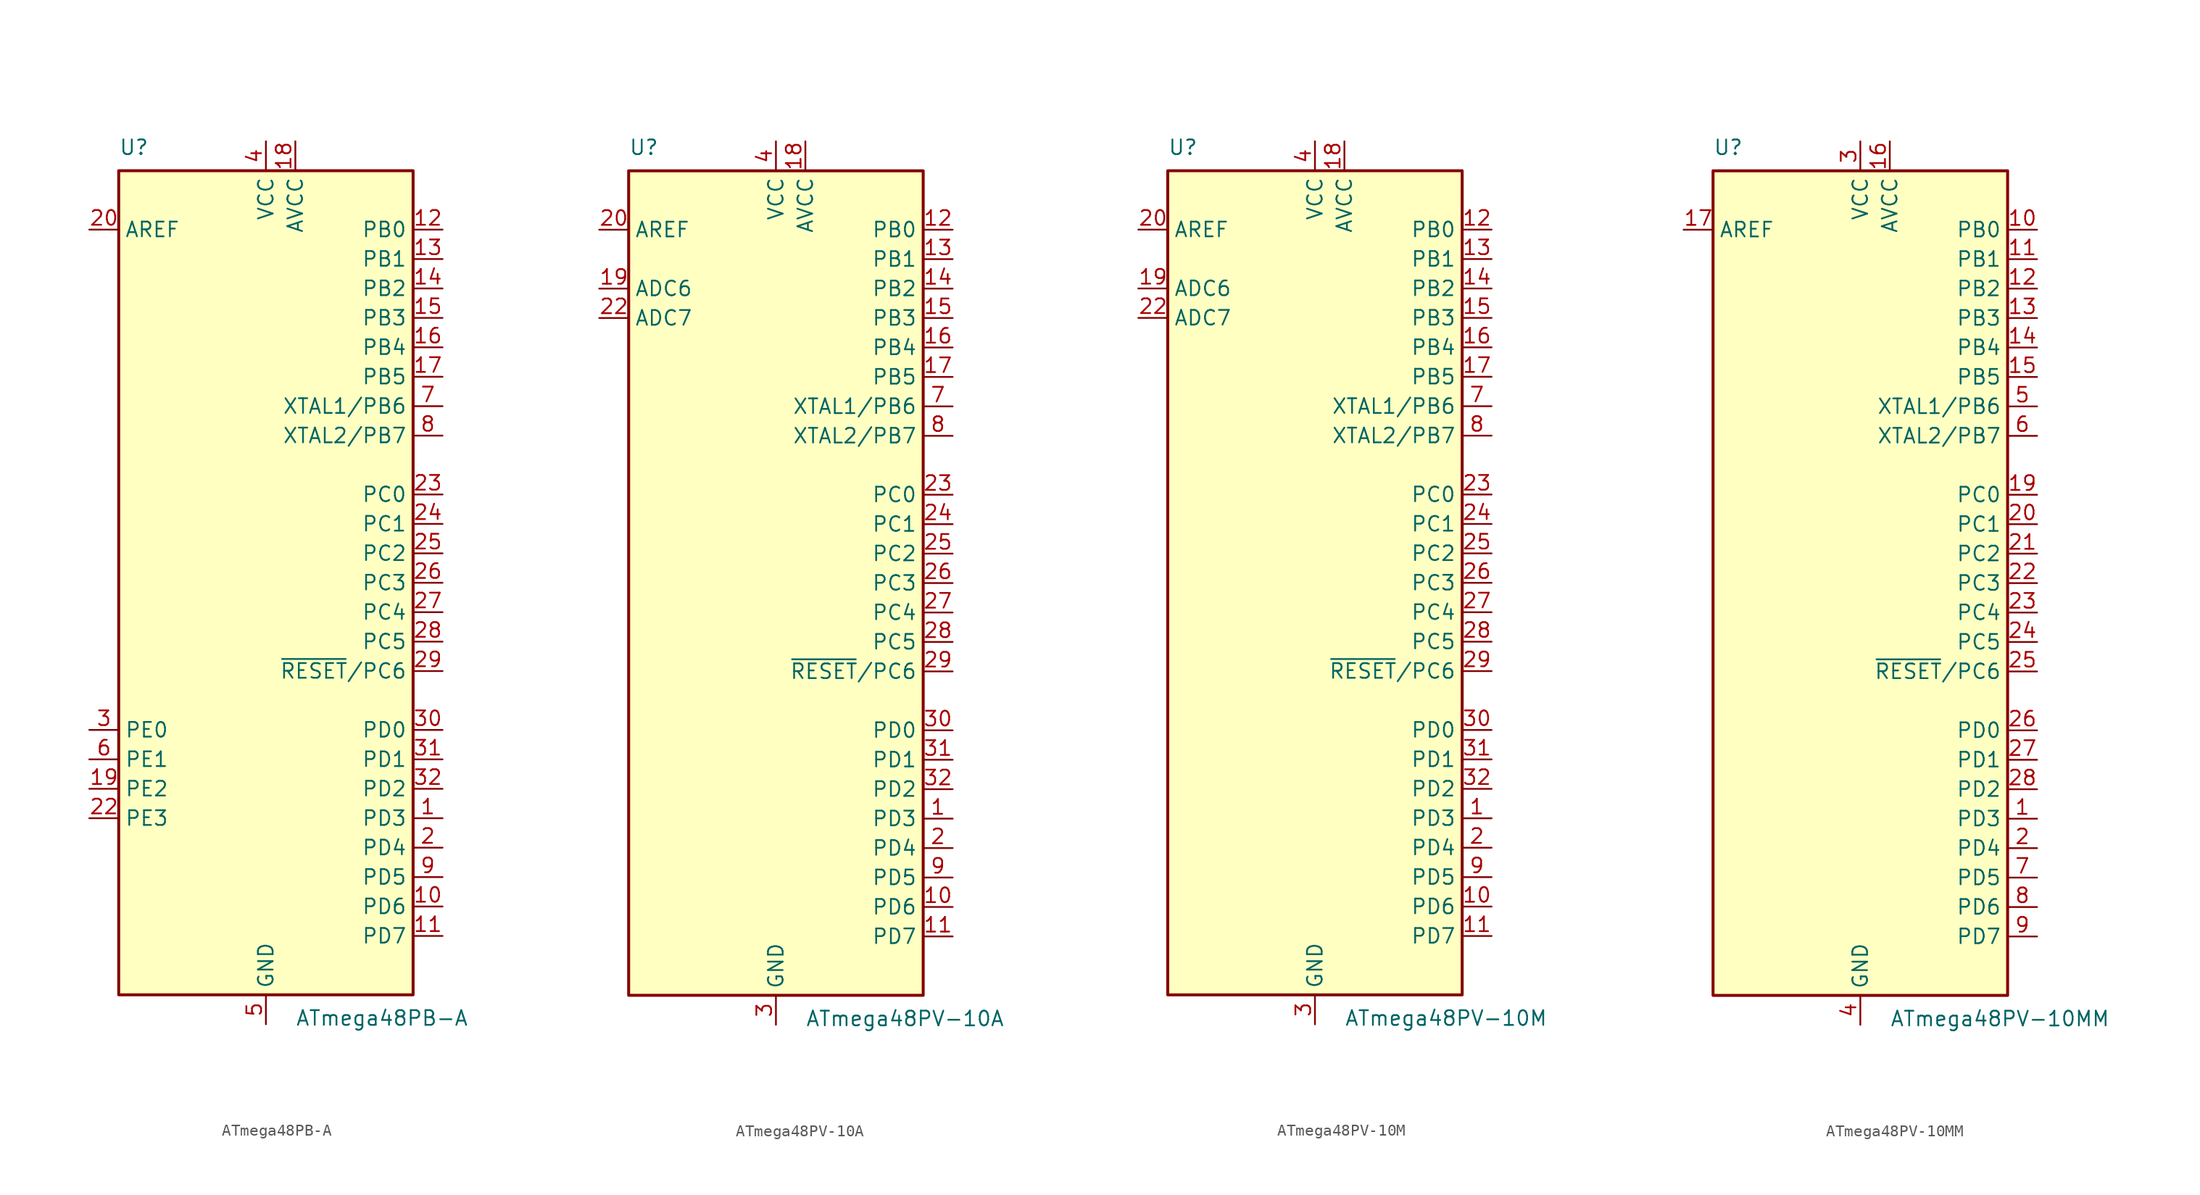
<source format=kicad_sym>
(kicad_symbol_lib
  (version 20201005)
  (generator kicad_symbol_editor)
  (symbol "MCU_Microchip_ATmega:ATmega48PB-A"
    (property "Reference" "U"
      (at -12.7 36.83 0)
      (effects (font (size 1.27 1.27)) (justify left bottom)))
    (property "Value" "ATmega48PB-A"
      (at 2.54 -36.83 0)
      (effects (font (size 1.27 1.27)) (justify left top)))
    (symbol "ATmega48PB-A_0_1"
      (rectangle (start -12.7 -35.56) (end 12.7 35.56) (stroke (width 0.254)) (fill (type background))))
    (symbol "ATmega48PB-A_1_1"
      (pin bidirectional line (at 15.24 -20.32 180) (length 2.54) (name "PD3" (effects (font (size 1.27 1.27)))) (number "1" (effects (font (size 1.27 1.27)))))
      (pin bidirectional line (at 15.24 -27.94 180) (length 2.54) (name "PD6" (effects (font (size 1.27 1.27)))) (number "10" (effects (font (size 1.27 1.27)))))
      (pin bidirectional line (at 15.24 -30.48 180) (length 2.54) (name "PD7" (effects (font (size 1.27 1.27)))) (number "11" (effects (font (size 1.27 1.27)))))
      (pin bidirectional line (at 15.24 30.48 180) (length 2.54) (name "PB0" (effects (font (size 1.27 1.27)))) (number "12" (effects (font (size 1.27 1.27)))))
      (pin bidirectional line (at 15.24 27.94 180) (length 2.54) (name "PB1" (effects (font (size 1.27 1.27)))) (number "13" (effects (font (size 1.27 1.27)))))
      (pin bidirectional line (at 15.24 25.4 180) (length 2.54) (name "PB2" (effects (font (size 1.27 1.27)))) (number "14" (effects (font (size 1.27 1.27)))))
      (pin bidirectional line (at 15.24 22.86 180) (length 2.54) (name "PB3" (effects (font (size 1.27 1.27)))) (number "15" (effects (font (size 1.27 1.27)))))
      (pin bidirectional line (at 15.24 20.32 180) (length 2.54) (name "PB4" (effects (font (size 1.27 1.27)))) (number "16" (effects (font (size 1.27 1.27)))))
      (pin bidirectional line (at 15.24 17.78 180) (length 2.54) (name "PB5" (effects (font (size 1.27 1.27)))) (number "17" (effects (font (size 1.27 1.27)))))
      (pin power_in line (at 2.54 38.1 270) (length 2.54) (name "AVCC" (effects (font (size 1.27 1.27)))) (number "18" (effects (font (size 1.27 1.27)))))
      (pin bidirectional line (at -15.24 -17.78 0) (length 2.54) (name "PE2" (effects (font (size 1.27 1.27)))) (number "19" (effects (font (size 1.27 1.27)))))
      (pin bidirectional line (at 15.24 -22.86 180) (length 2.54) (name "PD4" (effects (font (size 1.27 1.27)))) (number "2" (effects (font (size 1.27 1.27)))))
      (pin passive line (at -15.24 30.48 0) (length 2.54) (name "AREF" (effects (font (size 1.27 1.27)))) (number "20" (effects (font (size 1.27 1.27)))))
      (pin passive line (at 0 -38.1 90) (length 2.54) hide (name "GND" (effects (font (size 1.27 1.27)))) (number "21" (effects (font (size 1.27 1.27)))))
      (pin bidirectional line (at -15.24 -20.32 0) (length 2.54) (name "PE3" (effects (font (size 1.27 1.27)))) (number "22" (effects (font (size 1.27 1.27)))))
      (pin bidirectional line (at 15.24 7.62 180) (length 2.54) (name "PC0" (effects (font (size 1.27 1.27)))) (number "23" (effects (font (size 1.27 1.27)))))
      (pin bidirectional line (at 15.24 5.08 180) (length 2.54) (name "PC1" (effects (font (size 1.27 1.27)))) (number "24" (effects (font (size 1.27 1.27)))))
      (pin bidirectional line (at 15.24 2.54 180) (length 2.54) (name "PC2" (effects (font (size 1.27 1.27)))) (number "25" (effects (font (size 1.27 1.27)))))
      (pin bidirectional line (at 15.24 0 180) (length 2.54) (name "PC3" (effects (font (size 1.27 1.27)))) (number "26" (effects (font (size 1.27 1.27)))))
      (pin bidirectional line (at 15.24 -2.54 180) (length 2.54) (name "PC4" (effects (font (size 1.27 1.27)))) (number "27" (effects (font (size 1.27 1.27)))))
      (pin bidirectional line (at 15.24 -5.08 180) (length 2.54) (name "PC5" (effects (font (size 1.27 1.27)))) (number "28" (effects (font (size 1.27 1.27)))))
      (pin bidirectional line (at 15.24 -7.62 180) (length 2.54) (name "~RESET~/PC6" (effects (font (size 1.27 1.27)))) (number "29" (effects (font (size 1.27 1.27)))))
      (pin bidirectional line (at -15.24 -12.7 0) (length 2.54) (name "PE0" (effects (font (size 1.27 1.27)))) (number "3" (effects (font (size 1.27 1.27)))))
      (pin bidirectional line (at 15.24 -12.7 180) (length 2.54) (name "PD0" (effects (font (size 1.27 1.27)))) (number "30" (effects (font (size 1.27 1.27)))))
      (pin bidirectional line (at 15.24 -15.24 180) (length 2.54) (name "PD1" (effects (font (size 1.27 1.27)))) (number "31" (effects (font (size 1.27 1.27)))))
      (pin bidirectional line (at 15.24 -17.78 180) (length 2.54) (name "PD2" (effects (font (size 1.27 1.27)))) (number "32" (effects (font (size 1.27 1.27)))))
      (pin power_in line (at 0 38.1 270) (length 2.54) (name "VCC" (effects (font (size 1.27 1.27)))) (number "4" (effects (font (size 1.27 1.27)))))
      (pin power_in line (at 0 -38.1 90) (length 2.54) (name "GND" (effects (font (size 1.27 1.27)))) (number "5" (effects (font (size 1.27 1.27)))))
      (pin bidirectional line (at -15.24 -15.24 0) (length 2.54) (name "PE1" (effects (font (size 1.27 1.27)))) (number "6" (effects (font (size 1.27 1.27)))))
      (pin bidirectional line (at 15.24 15.24 180) (length 2.54) (name "XTAL1/PB6" (effects (font (size 1.27 1.27)))) (number "7" (effects (font (size 1.27 1.27)))))
      (pin bidirectional line (at 15.24 12.7 180) (length 2.54) (name "XTAL2/PB7" (effects (font (size 1.27 1.27)))) (number "8" (effects (font (size 1.27 1.27)))))
      (pin bidirectional line (at 15.24 -25.4 180) (length 2.54) (name "PD5" (effects (font (size 1.27 1.27)))) (number "9" (effects (font (size 1.27 1.27)))))))
  (symbol "MCU_Microchip_ATmega:ATmega48PV-10A"
    (property "Reference" "U"
      (at -12.7 36.83 0)
      (effects (font (size 1.27 1.27)) (justify left bottom)))
    (property "Value" "ATmega48PV-10A"
      (at 2.54 -36.83 0)
      (effects (font (size 1.27 1.27)) (justify left top)))
    (symbol "ATmega48PV-10A_0_1"
      (rectangle (start -12.7 -35.56) (end 12.7 35.56) (stroke (width 0.254)) (fill (type background))))
    (symbol "ATmega48PV-10A_1_1"
      (pin bidirectional line (at 15.24 -20.32 180) (length 2.54) (name "PD3" (effects (font (size 1.27 1.27)))) (number "1" (effects (font (size 1.27 1.27)))))
      (pin bidirectional line (at 15.24 -27.94 180) (length 2.54) (name "PD6" (effects (font (size 1.27 1.27)))) (number "10" (effects (font (size 1.27 1.27)))))
      (pin bidirectional line (at 15.24 -30.48 180) (length 2.54) (name "PD7" (effects (font (size 1.27 1.27)))) (number "11" (effects (font (size 1.27 1.27)))))
      (pin bidirectional line (at 15.24 30.48 180) (length 2.54) (name "PB0" (effects (font (size 1.27 1.27)))) (number "12" (effects (font (size 1.27 1.27)))))
      (pin bidirectional line (at 15.24 27.94 180) (length 2.54) (name "PB1" (effects (font (size 1.27 1.27)))) (number "13" (effects (font (size 1.27 1.27)))))
      (pin bidirectional line (at 15.24 25.4 180) (length 2.54) (name "PB2" (effects (font (size 1.27 1.27)))) (number "14" (effects (font (size 1.27 1.27)))))
      (pin bidirectional line (at 15.24 22.86 180) (length 2.54) (name "PB3" (effects (font (size 1.27 1.27)))) (number "15" (effects (font (size 1.27 1.27)))))
      (pin bidirectional line (at 15.24 20.32 180) (length 2.54) (name "PB4" (effects (font (size 1.27 1.27)))) (number "16" (effects (font (size 1.27 1.27)))))
      (pin bidirectional line (at 15.24 17.78 180) (length 2.54) (name "PB5" (effects (font (size 1.27 1.27)))) (number "17" (effects (font (size 1.27 1.27)))))
      (pin power_in line (at 2.54 38.1 270) (length 2.54) (name "AVCC" (effects (font (size 1.27 1.27)))) (number "18" (effects (font (size 1.27 1.27)))))
      (pin input line (at -15.24 25.4 0) (length 2.54) (name "ADC6" (effects (font (size 1.27 1.27)))) (number "19" (effects (font (size 1.27 1.27)))))
      (pin bidirectional line (at 15.24 -22.86 180) (length 2.54) (name "PD4" (effects (font (size 1.27 1.27)))) (number "2" (effects (font (size 1.27 1.27)))))
      (pin passive line (at -15.24 30.48 0) (length 2.54) (name "AREF" (effects (font (size 1.27 1.27)))) (number "20" (effects (font (size 1.27 1.27)))))
      (pin passive line (at 0 -38.1 90) (length 2.54) hide (name "GND" (effects (font (size 1.27 1.27)))) (number "21" (effects (font (size 1.27 1.27)))))
      (pin input line (at -15.24 22.86 0) (length 2.54) (name "ADC7" (effects (font (size 1.27 1.27)))) (number "22" (effects (font (size 1.27 1.27)))))
      (pin bidirectional line (at 15.24 7.62 180) (length 2.54) (name "PC0" (effects (font (size 1.27 1.27)))) (number "23" (effects (font (size 1.27 1.27)))))
      (pin bidirectional line (at 15.24 5.08 180) (length 2.54) (name "PC1" (effects (font (size 1.27 1.27)))) (number "24" (effects (font (size 1.27 1.27)))))
      (pin bidirectional line (at 15.24 2.54 180) (length 2.54) (name "PC2" (effects (font (size 1.27 1.27)))) (number "25" (effects (font (size 1.27 1.27)))))
      (pin bidirectional line (at 15.24 0 180) (length 2.54) (name "PC3" (effects (font (size 1.27 1.27)))) (number "26" (effects (font (size 1.27 1.27)))))
      (pin bidirectional line (at 15.24 -2.54 180) (length 2.54) (name "PC4" (effects (font (size 1.27 1.27)))) (number "27" (effects (font (size 1.27 1.27)))))
      (pin bidirectional line (at 15.24 -5.08 180) (length 2.54) (name "PC5" (effects (font (size 1.27 1.27)))) (number "28" (effects (font (size 1.27 1.27)))))
      (pin bidirectional line (at 15.24 -7.62 180) (length 2.54) (name "~RESET~/PC6" (effects (font (size 1.27 1.27)))) (number "29" (effects (font (size 1.27 1.27)))))
      (pin power_in line (at 0 -38.1 90) (length 2.54) (name "GND" (effects (font (size 1.27 1.27)))) (number "3" (effects (font (size 1.27 1.27)))))
      (pin bidirectional line (at 15.24 -12.7 180) (length 2.54) (name "PD0" (effects (font (size 1.27 1.27)))) (number "30" (effects (font (size 1.27 1.27)))))
      (pin bidirectional line (at 15.24 -15.24 180) (length 2.54) (name "PD1" (effects (font (size 1.27 1.27)))) (number "31" (effects (font (size 1.27 1.27)))))
      (pin bidirectional line (at 15.24 -17.78 180) (length 2.54) (name "PD2" (effects (font (size 1.27 1.27)))) (number "32" (effects (font (size 1.27 1.27)))))
      (pin power_in line (at 0 38.1 270) (length 2.54) (name "VCC" (effects (font (size 1.27 1.27)))) (number "4" (effects (font (size 1.27 1.27)))))
      (pin passive line (at 0 -38.1 90) (length 2.54) hide (name "GND" (effects (font (size 1.27 1.27)))) (number "5" (effects (font (size 1.27 1.27)))))
      (pin passive line (at 0 38.1 270) (length 2.54) hide (name "VCC" (effects (font (size 1.27 1.27)))) (number "6" (effects (font (size 1.27 1.27)))))
      (pin bidirectional line (at 15.24 15.24 180) (length 2.54) (name "XTAL1/PB6" (effects (font (size 1.27 1.27)))) (number "7" (effects (font (size 1.27 1.27)))))
      (pin bidirectional line (at 15.24 12.7 180) (length 2.54) (name "XTAL2/PB7" (effects (font (size 1.27 1.27)))) (number "8" (effects (font (size 1.27 1.27)))))
      (pin bidirectional line (at 15.24 -25.4 180) (length 2.54) (name "PD5" (effects (font (size 1.27 1.27)))) (number "9" (effects (font (size 1.27 1.27)))))))
  (symbol "MCU_Microchip_ATmega:ATmega48PV-10M"
    (property "Reference" "U"
      (at -12.7 36.83 0)
      (effects (font (size 1.27 1.27)) (justify left bottom)))
    (property "Value" "ATmega48PV-10M"
      (at 2.54 -36.83 0)
      (effects (font (size 1.27 1.27)) (justify left top)))
    (symbol "ATmega48PV-10M_0_1"
      (rectangle (start -12.7 -35.56) (end 12.7 35.56) (stroke (width 0.254)) (fill (type background))))
    (symbol "ATmega48PV-10M_1_1"
      (pin bidirectional line (at 15.24 -20.32 180) (length 2.54) (name "PD3" (effects (font (size 1.27 1.27)))) (number "1" (effects (font (size 1.27 1.27)))))
      (pin bidirectional line (at 15.24 -27.94 180) (length 2.54) (name "PD6" (effects (font (size 1.27 1.27)))) (number "10" (effects (font (size 1.27 1.27)))))
      (pin bidirectional line (at 15.24 -30.48 180) (length 2.54) (name "PD7" (effects (font (size 1.27 1.27)))) (number "11" (effects (font (size 1.27 1.27)))))
      (pin bidirectional line (at 15.24 30.48 180) (length 2.54) (name "PB0" (effects (font (size 1.27 1.27)))) (number "12" (effects (font (size 1.27 1.27)))))
      (pin bidirectional line (at 15.24 27.94 180) (length 2.54) (name "PB1" (effects (font (size 1.27 1.27)))) (number "13" (effects (font (size 1.27 1.27)))))
      (pin bidirectional line (at 15.24 25.4 180) (length 2.54) (name "PB2" (effects (font (size 1.27 1.27)))) (number "14" (effects (font (size 1.27 1.27)))))
      (pin bidirectional line (at 15.24 22.86 180) (length 2.54) (name "PB3" (effects (font (size 1.27 1.27)))) (number "15" (effects (font (size 1.27 1.27)))))
      (pin bidirectional line (at 15.24 20.32 180) (length 2.54) (name "PB4" (effects (font (size 1.27 1.27)))) (number "16" (effects (font (size 1.27 1.27)))))
      (pin bidirectional line (at 15.24 17.78 180) (length 2.54) (name "PB5" (effects (font (size 1.27 1.27)))) (number "17" (effects (font (size 1.27 1.27)))))
      (pin power_in line (at 2.54 38.1 270) (length 2.54) (name "AVCC" (effects (font (size 1.27 1.27)))) (number "18" (effects (font (size 1.27 1.27)))))
      (pin input line (at -15.24 25.4 0) (length 2.54) (name "ADC6" (effects (font (size 1.27 1.27)))) (number "19" (effects (font (size 1.27 1.27)))))
      (pin bidirectional line (at 15.24 -22.86 180) (length 2.54) (name "PD4" (effects (font (size 1.27 1.27)))) (number "2" (effects (font (size 1.27 1.27)))))
      (pin passive line (at -15.24 30.48 0) (length 2.54) (name "AREF" (effects (font (size 1.27 1.27)))) (number "20" (effects (font (size 1.27 1.27)))))
      (pin passive line (at 0 -38.1 90) (length 2.54) hide (name "GND" (effects (font (size 1.27 1.27)))) (number "21" (effects (font (size 1.27 1.27)))))
      (pin input line (at -15.24 22.86 0) (length 2.54) (name "ADC7" (effects (font (size 1.27 1.27)))) (number "22" (effects (font (size 1.27 1.27)))))
      (pin bidirectional line (at 15.24 7.62 180) (length 2.54) (name "PC0" (effects (font (size 1.27 1.27)))) (number "23" (effects (font (size 1.27 1.27)))))
      (pin bidirectional line (at 15.24 5.08 180) (length 2.54) (name "PC1" (effects (font (size 1.27 1.27)))) (number "24" (effects (font (size 1.27 1.27)))))
      (pin bidirectional line (at 15.24 2.54 180) (length 2.54) (name "PC2" (effects (font (size 1.27 1.27)))) (number "25" (effects (font (size 1.27 1.27)))))
      (pin bidirectional line (at 15.24 0 180) (length 2.54) (name "PC3" (effects (font (size 1.27 1.27)))) (number "26" (effects (font (size 1.27 1.27)))))
      (pin bidirectional line (at 15.24 -2.54 180) (length 2.54) (name "PC4" (effects (font (size 1.27 1.27)))) (number "27" (effects (font (size 1.27 1.27)))))
      (pin bidirectional line (at 15.24 -5.08 180) (length 2.54) (name "PC5" (effects (font (size 1.27 1.27)))) (number "28" (effects (font (size 1.27 1.27)))))
      (pin bidirectional line (at 15.24 -7.62 180) (length 2.54) (name "~RESET~/PC6" (effects (font (size 1.27 1.27)))) (number "29" (effects (font (size 1.27 1.27)))))
      (pin power_in line (at 0 -38.1 90) (length 2.54) (name "GND" (effects (font (size 1.27 1.27)))) (number "3" (effects (font (size 1.27 1.27)))))
      (pin bidirectional line (at 15.24 -12.7 180) (length 2.54) (name "PD0" (effects (font (size 1.27 1.27)))) (number "30" (effects (font (size 1.27 1.27)))))
      (pin bidirectional line (at 15.24 -15.24 180) (length 2.54) (name "PD1" (effects (font (size 1.27 1.27)))) (number "31" (effects (font (size 1.27 1.27)))))
      (pin bidirectional line (at 15.24 -17.78 180) (length 2.54) (name "PD2" (effects (font (size 1.27 1.27)))) (number "32" (effects (font (size 1.27 1.27)))))
      (pin passive line (at 0 -38.1 90) (length 2.54) hide (name "GND" (effects (font (size 1.27 1.27)))) (number "33" (effects (font (size 1.27 1.27)))))
      (pin power_in line (at 0 38.1 270) (length 2.54) (name "VCC" (effects (font (size 1.27 1.27)))) (number "4" (effects (font (size 1.27 1.27)))))
      (pin passive line (at 0 -38.1 90) (length 2.54) hide (name "GND" (effects (font (size 1.27 1.27)))) (number "5" (effects (font (size 1.27 1.27)))))
      (pin passive line (at 0 38.1 270) (length 2.54) hide (name "VCC" (effects (font (size 1.27 1.27)))) (number "6" (effects (font (size 1.27 1.27)))))
      (pin bidirectional line (at 15.24 15.24 180) (length 2.54) (name "XTAL1/PB6" (effects (font (size 1.27 1.27)))) (number "7" (effects (font (size 1.27 1.27)))))
      (pin bidirectional line (at 15.24 12.7 180) (length 2.54) (name "XTAL2/PB7" (effects (font (size 1.27 1.27)))) (number "8" (effects (font (size 1.27 1.27)))))
      (pin bidirectional line (at 15.24 -25.4 180) (length 2.54) (name "PD5" (effects (font (size 1.27 1.27)))) (number "9" (effects (font (size 1.27 1.27)))))))
  (symbol "MCU_Microchip_ATmega:ATmega48PV-10MM"
    (property "Reference" "U"
      (at -12.7 36.83 0)
      (effects (font (size 1.27 1.27)) (justify left bottom)))
    (property "Value" "ATmega48PV-10MM"
      (at 2.54 -36.83 0)
      (effects (font (size 1.27 1.27)) (justify left top)))
    (symbol "ATmega48PV-10MM_0_1"
      (rectangle (start -12.7 -35.56) (end 12.7 35.56) (stroke (width 0.254)) (fill (type background))))
    (symbol "ATmega48PV-10MM_1_1"
      (pin bidirectional line (at 15.24 -20.32 180) (length 2.54) (name "PD3" (effects (font (size 1.27 1.27)))) (number "1" (effects (font (size 1.27 1.27)))))
      (pin bidirectional line (at 15.24 30.48 180) (length 2.54) (name "PB0" (effects (font (size 1.27 1.27)))) (number "10" (effects (font (size 1.27 1.27)))))
      (pin bidirectional line (at 15.24 27.94 180) (length 2.54) (name "PB1" (effects (font (size 1.27 1.27)))) (number "11" (effects (font (size 1.27 1.27)))))
      (pin bidirectional line (at 15.24 25.4 180) (length 2.54) (name "PB2" (effects (font (size 1.27 1.27)))) (number "12" (effects (font (size 1.27 1.27)))))
      (pin bidirectional line (at 15.24 22.86 180) (length 2.54) (name "PB3" (effects (font (size 1.27 1.27)))) (number "13" (effects (font (size 1.27 1.27)))))
      (pin bidirectional line (at 15.24 20.32 180) (length 2.54) (name "PB4" (effects (font (size 1.27 1.27)))) (number "14" (effects (font (size 1.27 1.27)))))
      (pin bidirectional line (at 15.24 17.78 180) (length 2.54) (name "PB5" (effects (font (size 1.27 1.27)))) (number "15" (effects (font (size 1.27 1.27)))))
      (pin power_in line (at 2.54 38.1 270) (length 2.54) (name "AVCC" (effects (font (size 1.27 1.27)))) (number "16" (effects (font (size 1.27 1.27)))))
      (pin passive line (at -15.24 30.48 0) (length 2.54) (name "AREF" (effects (font (size 1.27 1.27)))) (number "17" (effects (font (size 1.27 1.27)))))
      (pin passive line (at 0 -38.1 90) (length 2.54) hide (name "GND" (effects (font (size 1.27 1.27)))) (number "18" (effects (font (size 1.27 1.27)))))
      (pin bidirectional line (at 15.24 7.62 180) (length 2.54) (name "PC0" (effects (font (size 1.27 1.27)))) (number "19" (effects (font (size 1.27 1.27)))))
      (pin bidirectional line (at 15.24 -22.86 180) (length 2.54) (name "PD4" (effects (font (size 1.27 1.27)))) (number "2" (effects (font (size 1.27 1.27)))))
      (pin bidirectional line (at 15.24 5.08 180) (length 2.54) (name "PC1" (effects (font (size 1.27 1.27)))) (number "20" (effects (font (size 1.27 1.27)))))
      (pin bidirectional line (at 15.24 2.54 180) (length 2.54) (name "PC2" (effects (font (size 1.27 1.27)))) (number "21" (effects (font (size 1.27 1.27)))))
      (pin bidirectional line (at 15.24 0 180) (length 2.54) (name "PC3" (effects (font (size 1.27 1.27)))) (number "22" (effects (font (size 1.27 1.27)))))
      (pin bidirectional line (at 15.24 -2.54 180) (length 2.54) (name "PC4" (effects (font (size 1.27 1.27)))) (number "23" (effects (font (size 1.27 1.27)))))
      (pin bidirectional line (at 15.24 -5.08 180) (length 2.54) (name "PC5" (effects (font (size 1.27 1.27)))) (number "24" (effects (font (size 1.27 1.27)))))
      (pin bidirectional line (at 15.24 -7.62 180) (length 2.54) (name "~RESET~/PC6" (effects (font (size 1.27 1.27)))) (number "25" (effects (font (size 1.27 1.27)))))
      (pin bidirectional line (at 15.24 -12.7 180) (length 2.54) (name "PD0" (effects (font (size 1.27 1.27)))) (number "26" (effects (font (size 1.27 1.27)))))
      (pin bidirectional line (at 15.24 -15.24 180) (length 2.54) (name "PD1" (effects (font (size 1.27 1.27)))) (number "27" (effects (font (size 1.27 1.27)))))
      (pin bidirectional line (at 15.24 -17.78 180) (length 2.54) (name "PD2" (effects (font (size 1.27 1.27)))) (number "28" (effects (font (size 1.27 1.27)))))
      (pin passive line (at 0 -38.1 90) (length 2.54) hide (name "GND" (effects (font (size 1.27 1.27)))) (number "29" (effects (font (size 1.27 1.27)))))
      (pin power_in line (at 0 38.1 270) (length 2.54) (name "VCC" (effects (font (size 1.27 1.27)))) (number "3" (effects (font (size 1.27 1.27)))))
      (pin power_in line (at 0 -38.1 90) (length 2.54) (name "GND" (effects (font (size 1.27 1.27)))) (number "4" (effects (font (size 1.27 1.27)))))
      (pin bidirectional line (at 15.24 15.24 180) (length 2.54) (name "XTAL1/PB6" (effects (font (size 1.27 1.27)))) (number "5" (effects (font (size 1.27 1.27)))))
      (pin bidirectional line (at 15.24 12.7 180) (length 2.54) (name "XTAL2/PB7" (effects (font (size 1.27 1.27)))) (number "6" (effects (font (size 1.27 1.27)))))
      (pin bidirectional line (at 15.24 -25.4 180) (length 2.54) (name "PD5" (effects (font (size 1.27 1.27)))) (number "7" (effects (font (size 1.27 1.27)))))
      (pin bidirectional line (at 15.24 -27.94 180) (length 2.54) (name "PD6" (effects (font (size 1.27 1.27)))) (number "8" (effects (font (size 1.27 1.27)))))
      (pin bidirectional line (at 15.24 -30.48 180) (length 2.54) (name "PD7" (effects (font (size 1.27 1.27)))) (number "9" (effects (font (size 1.27 1.27))))))))
</source>
